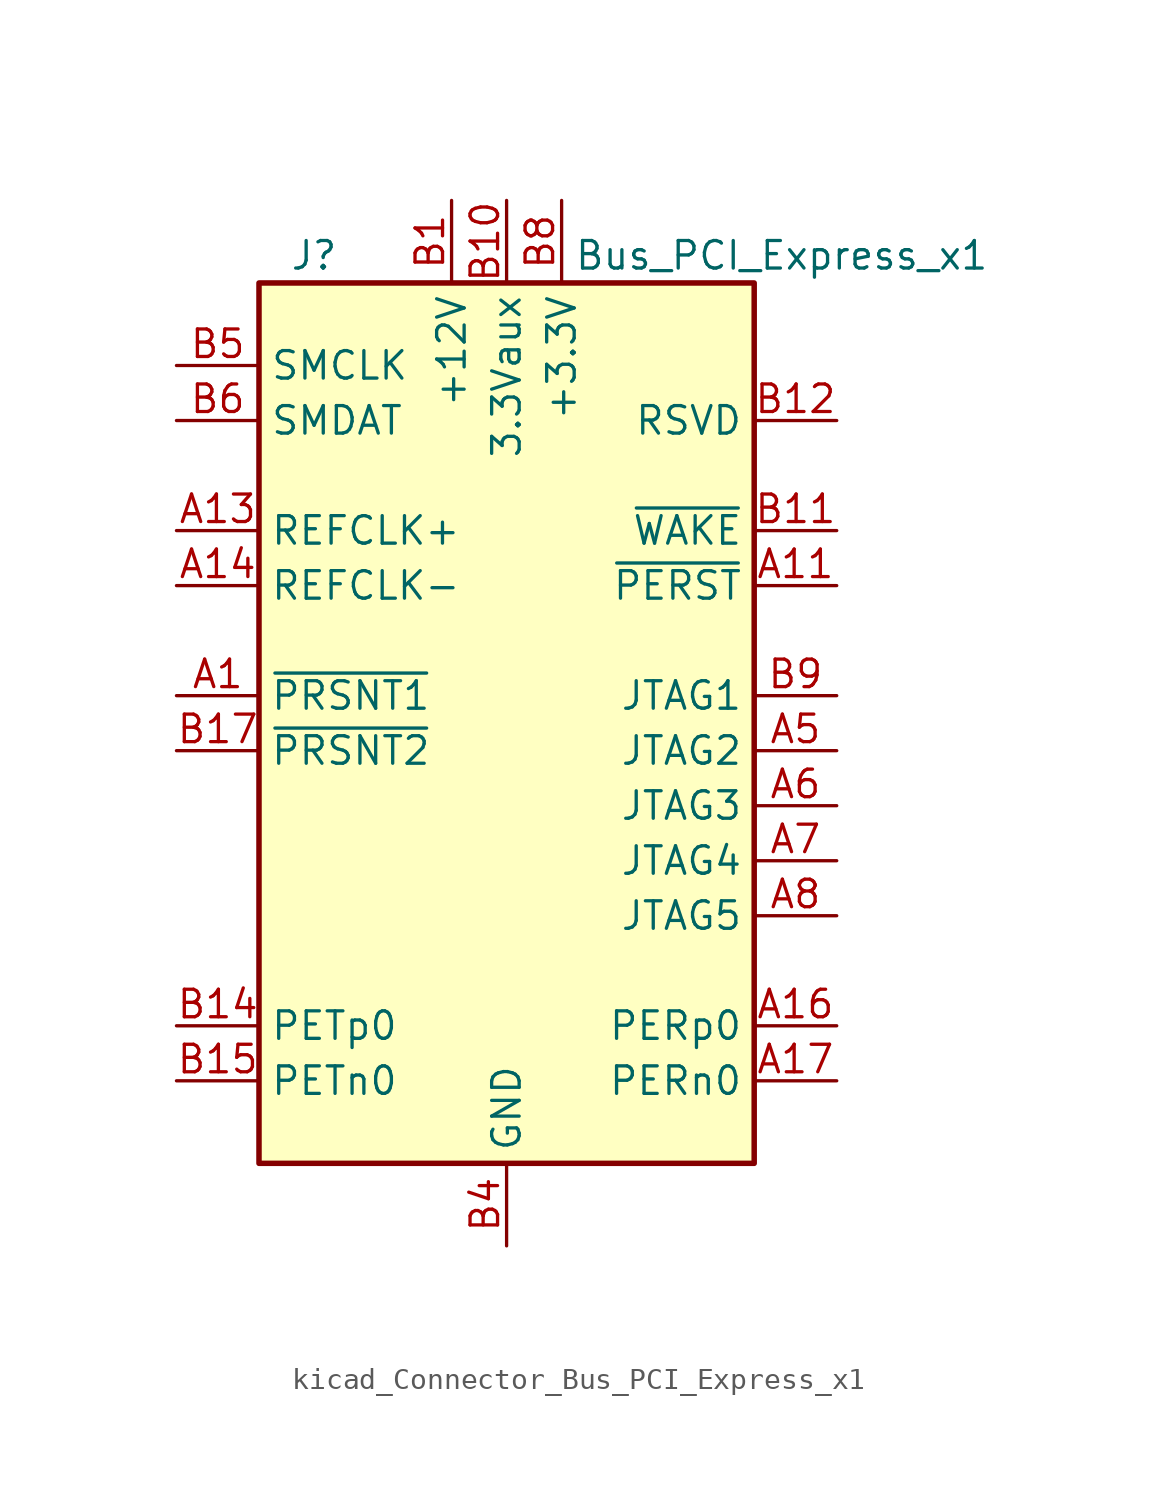
<source format=kicad_sym>
(kicad_symbol_lib
  (version 20220914)
  (generator kicad_symbol_editor)
  (symbol "kicad_Connector_Bus_PCI_Express_x1"
    (property "Reference" "J"
      (at -8.89 22.86 0)
      (effects (font (size 1.27 1.27))))
    (property "Value" "Bus_PCI_Express_x1"
      (at 12.7 22.86 0)
      (effects (font (size 1.27 1.27))))
    (symbol "kicad_Connector_Bus_PCI_Express_x1_0_1"
      (rectangle (start -11.43 21.59) (end 11.43 -19.05) (stroke (width 0.254) (type default)) (fill (type background))))
    (symbol "kicad_Connector_Bus_PCI_Express_x1_1_1"
      (pin passive line (at -15.24 2.54 0) (length 3.81) (name "~{PRSNT1}" (effects (font (size 1.27 1.27)))) (number "A1" (effects (font (size 1.27 1.27)))))
      (pin passive line (at 2.54 25.4 270) (length 3.81) hide (name "+3.3V" (effects (font (size 1.27 1.27)))) (number "A10" (effects (font (size 1.27 1.27)))))
      (pin input line (at 15.24 7.62 180) (length 3.81) (name "~{PERST}" (effects (font (size 1.27 1.27)))) (number "A11" (effects (font (size 1.27 1.27)))))
      (pin passive line (at 0 -22.86 90) (length 3.81) hide (name "GND" (effects (font (size 1.27 1.27)))) (number "A12" (effects (font (size 1.27 1.27)))))
      (pin input line (at -15.24 10.16 0) (length 3.81) (name "REFCLK+" (effects (font (size 1.27 1.27)))) (number "A13" (effects (font (size 1.27 1.27)))))
      (pin input line (at -15.24 7.62 0) (length 3.81) (name "REFCLK-" (effects (font (size 1.27 1.27)))) (number "A14" (effects (font (size 1.27 1.27)))))
      (pin passive line (at 0 -22.86 90) (length 3.81) hide (name "GND" (effects (font (size 1.27 1.27)))) (number "A15" (effects (font (size 1.27 1.27)))))
      (pin output line (at 15.24 -12.7 180) (length 3.81) (name "PERp0" (effects (font (size 1.27 1.27)))) (number "A16" (effects (font (size 1.27 1.27)))))
      (pin output line (at 15.24 -15.24 180) (length 3.81) (name "PERn0" (effects (font (size 1.27 1.27)))) (number "A17" (effects (font (size 1.27 1.27)))))
      (pin passive line (at 0 -22.86 90) (length 3.81) hide (name "GND" (effects (font (size 1.27 1.27)))) (number "A18" (effects (font (size 1.27 1.27)))))
      (pin passive line (at -2.54 25.4 270) (length 3.81) hide (name "+12V" (effects (font (size 1.27 1.27)))) (number "A2" (effects (font (size 1.27 1.27)))))
      (pin passive line (at -2.54 25.4 270) (length 3.81) hide (name "+12V" (effects (font (size 1.27 1.27)))) (number "A3" (effects (font (size 1.27 1.27)))))
      (pin passive line (at 0 -22.86 90) (length 3.81) hide (name "GND" (effects (font (size 1.27 1.27)))) (number "A4" (effects (font (size 1.27 1.27)))))
      (pin input line (at 15.24 0 180) (length 3.81) (name "JTAG2" (effects (font (size 1.27 1.27)))) (number "A5" (effects (font (size 1.27 1.27)))))
      (pin input line (at 15.24 -2.54 180) (length 3.81) (name "JTAG3" (effects (font (size 1.27 1.27)))) (number "A6" (effects (font (size 1.27 1.27)))))
      (pin output line (at 15.24 -5.08 180) (length 3.81) (name "JTAG4" (effects (font (size 1.27 1.27)))) (number "A7" (effects (font (size 1.27 1.27)))))
      (pin input line (at 15.24 -7.62 180) (length 3.81) (name "JTAG5" (effects (font (size 1.27 1.27)))) (number "A8" (effects (font (size 1.27 1.27)))))
      (pin passive line (at 2.54 25.4 270) (length 3.81) hide (name "+3.3V" (effects (font (size 1.27 1.27)))) (number "A9" (effects (font (size 1.27 1.27)))))
      (pin power_in line (at -2.54 25.4 270) (length 3.81) (name "+12V" (effects (font (size 1.27 1.27)))) (number "B1" (effects (font (size 1.27 1.27)))))
      (pin power_in line (at 0 25.4 270) (length 3.81) (name "3.3Vaux" (effects (font (size 1.27 1.27)))) (number "B10" (effects (font (size 1.27 1.27)))))
      (pin open_collector line (at 15.24 10.16 180) (length 3.81) (name "~{WAKE}" (effects (font (size 1.27 1.27)))) (number "B11" (effects (font (size 1.27 1.27)))))
      (pin passive line (at 15.24 15.24 180) (length 3.81) (name "RSVD" (effects (font (size 1.27 1.27)))) (number "B12" (effects (font (size 1.27 1.27)))))
      (pin passive line (at 0 -22.86 90) (length 3.81) hide (name "GND" (effects (font (size 1.27 1.27)))) (number "B13" (effects (font (size 1.27 1.27)))))
      (pin input line (at -15.24 -12.7 0) (length 3.81) (name "PETp0" (effects (font (size 1.27 1.27)))) (number "B14" (effects (font (size 1.27 1.27)))))
      (pin input line (at -15.24 -15.24 0) (length 3.81) (name "PETn0" (effects (font (size 1.27 1.27)))) (number "B15" (effects (font (size 1.27 1.27)))))
      (pin passive line (at 0 -22.86 90) (length 3.81) hide (name "GND" (effects (font (size 1.27 1.27)))) (number "B16" (effects (font (size 1.27 1.27)))))
      (pin passive line (at -15.24 0 0) (length 3.81) (name "~{PRSNT2}" (effects (font (size 1.27 1.27)))) (number "B17" (effects (font (size 1.27 1.27)))))
      (pin passive line (at 0 -22.86 90) (length 3.81) hide (name "GND" (effects (font (size 1.27 1.27)))) (number "B18" (effects (font (size 1.27 1.27)))))
      (pin passive line (at -2.54 25.4 270) (length 3.81) hide (name "+12V" (effects (font (size 1.27 1.27)))) (number "B2" (effects (font (size 1.27 1.27)))))
      (pin passive line (at -2.54 25.4 270) (length 3.81) hide (name "+12V" (effects (font (size 1.27 1.27)))) (number "B3" (effects (font (size 1.27 1.27)))))
      (pin power_in line (at 0 -22.86 90) (length 3.81) (name "GND" (effects (font (size 1.27 1.27)))) (number "B4" (effects (font (size 1.27 1.27)))))
      (pin input line (at -15.24 17.78 0) (length 3.81) (name "SMCLK" (effects (font (size 1.27 1.27)))) (number "B5" (effects (font (size 1.27 1.27)))))
      (pin bidirectional line (at -15.24 15.24 0) (length 3.81) (name "SMDAT" (effects (font (size 1.27 1.27)))) (number "B6" (effects (font (size 1.27 1.27)))))
      (pin passive line (at 0 -22.86 90) (length 3.81) hide (name "GND" (effects (font (size 1.27 1.27)))) (number "B7" (effects (font (size 1.27 1.27)))))
      (pin power_in line (at 2.54 25.4 270) (length 3.81) (name "+3.3V" (effects (font (size 1.27 1.27)))) (number "B8" (effects (font (size 1.27 1.27)))))
      (pin input line (at 15.24 2.54 180) (length 3.81) (name "JTAG1" (effects (font (size 1.27 1.27)))) (number "B9" (effects (font (size 1.27 1.27))))))))
</source>
